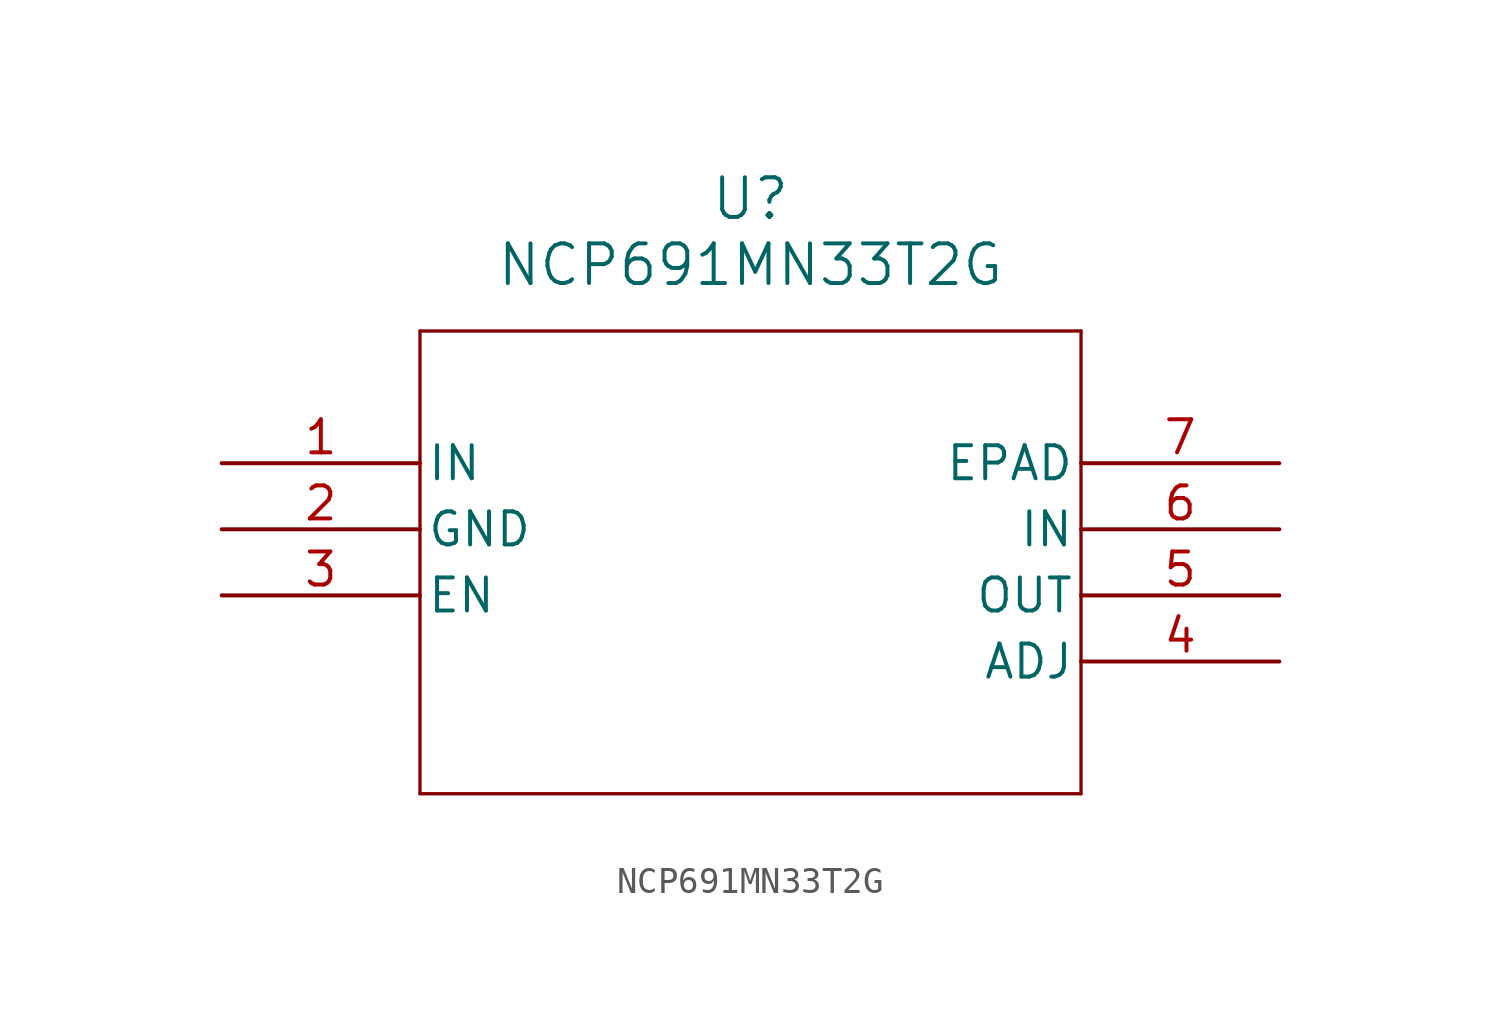
<source format=kicad_sym>
(kicad_symbol_lib
  (version 20211014)
  (generator kicad_symbol_editor)
  (symbol "NCP691MN33T2G"
    (pin_names
      (offset 0.254))
    (property "Reference" "U"
      (at 20.32 10.16 0)
      (effects (font (size 1.524 1.524))))
    (property "Value" "NCP691MN33T2G"
      (at 20.32 7.62 0)
      (effects (font (size 1.524 1.524))))
    (symbol "NCP691MN33T2G_0_1"
      (polyline (pts (xy 7.62 5.08) (xy 7.62 -12.7)) (stroke (width 0.127) (type default) (color 0 0 0 0)) (fill (type none)))
      (polyline (pts (xy 7.62 -12.7) (xy 33.02 -12.7)) (stroke (width 0.127) (type default) (color 0 0 0 0)) (fill (type none)))
      (polyline (pts (xy 33.02 -12.7) (xy 33.02 5.08)) (stroke (width 0.127) (type default) (color 0 0 0 0)) (fill (type none)))
      (polyline (pts (xy 33.02 5.08) (xy 7.62 5.08)) (stroke (width 0.127) (type default) (color 0 0 0 0)) (fill (type none)))
      (pin input line (at 0 0 0) (length 7.62) (name "IN" (effects (font (size 1.27 1.27)))) (number "1" (effects (font (size 1.27 1.27)))))
      (pin power_in line (at 0 -2.54 0) (length 7.62) (name "GND" (effects (font (size 1.27 1.27)))) (number "2" (effects (font (size 1.27 1.27)))))
      (pin unspecified line (at 0 -5.08 0) (length 7.62) (name "EN" (effects (font (size 1.27 1.27)))) (number "3" (effects (font (size 1.27 1.27)))))
      (pin input line (at 40.64 -7.62 180) (length 7.62) (name "ADJ" (effects (font (size 1.27 1.27)))) (number "4" (effects (font (size 1.27 1.27)))))
      (pin output line (at 40.64 -5.08 180) (length 7.62) (name "OUT" (effects (font (size 1.27 1.27)))) (number "5" (effects (font (size 1.27 1.27)))))
      (pin input line (at 40.64 -2.54 180) (length 7.62) (name "IN" (effects (font (size 1.27 1.27)))) (number "6" (effects (font (size 1.27 1.27)))))
      (pin unspecified line (at 40.64 0 180) (length 7.62) (name "EPAD" (effects (font (size 1.27 1.27)))) (number "7" (effects (font (size 1.27 1.27))))))))
</source>
